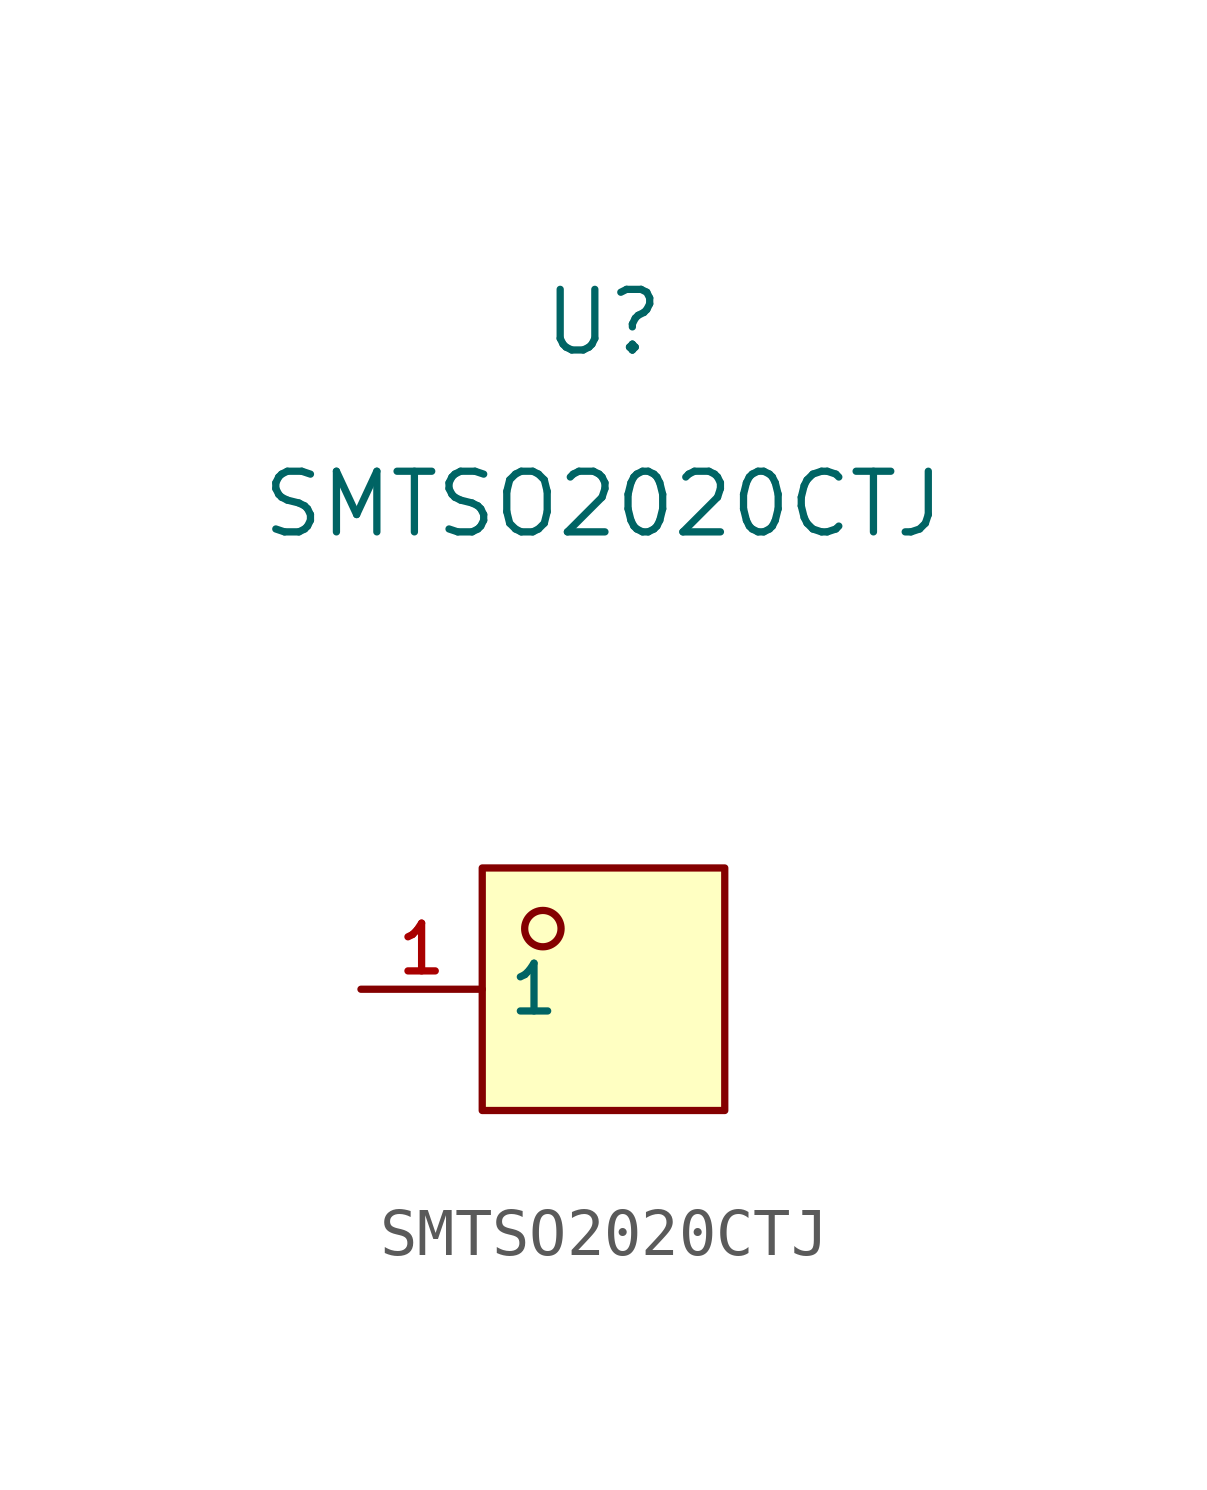
<source format=kicad_sym>
(kicad_symbol_lib
  (version 20210201)
  (generator TousstNicolas/JLC2KiCad_lib)
  (symbol "SMTSO2020CTJ"
    (property "Reference" "U"
      (at 0 1.27 0)
      (effects (font (size 1.27 1.27))))
    (property "Value" "SMTSO2020CTJ"
      (at 0 -2.54 0)
      (effects (font (size 1.27 1.27))))
    (symbol "SMTSO2020CTJ_0_1"
      (rectangle (start -2.54 -10.16) (end 2.54 -15.24) (stroke (width 0) (type default) (color 0 0 0 0)) (fill (type background)))
      (circle (center -1.27 -11.43) (radius 0.381) (stroke (width 0) (type default) (color 0 0 0 0)) (fill (type background)))
      (pin unspecified line (at -5.08 -12.7 0) (length 2.54) (name "1" (effects (font (size 1 1)))) (number "1" (effects (font (size 1 1))))))))
</source>
